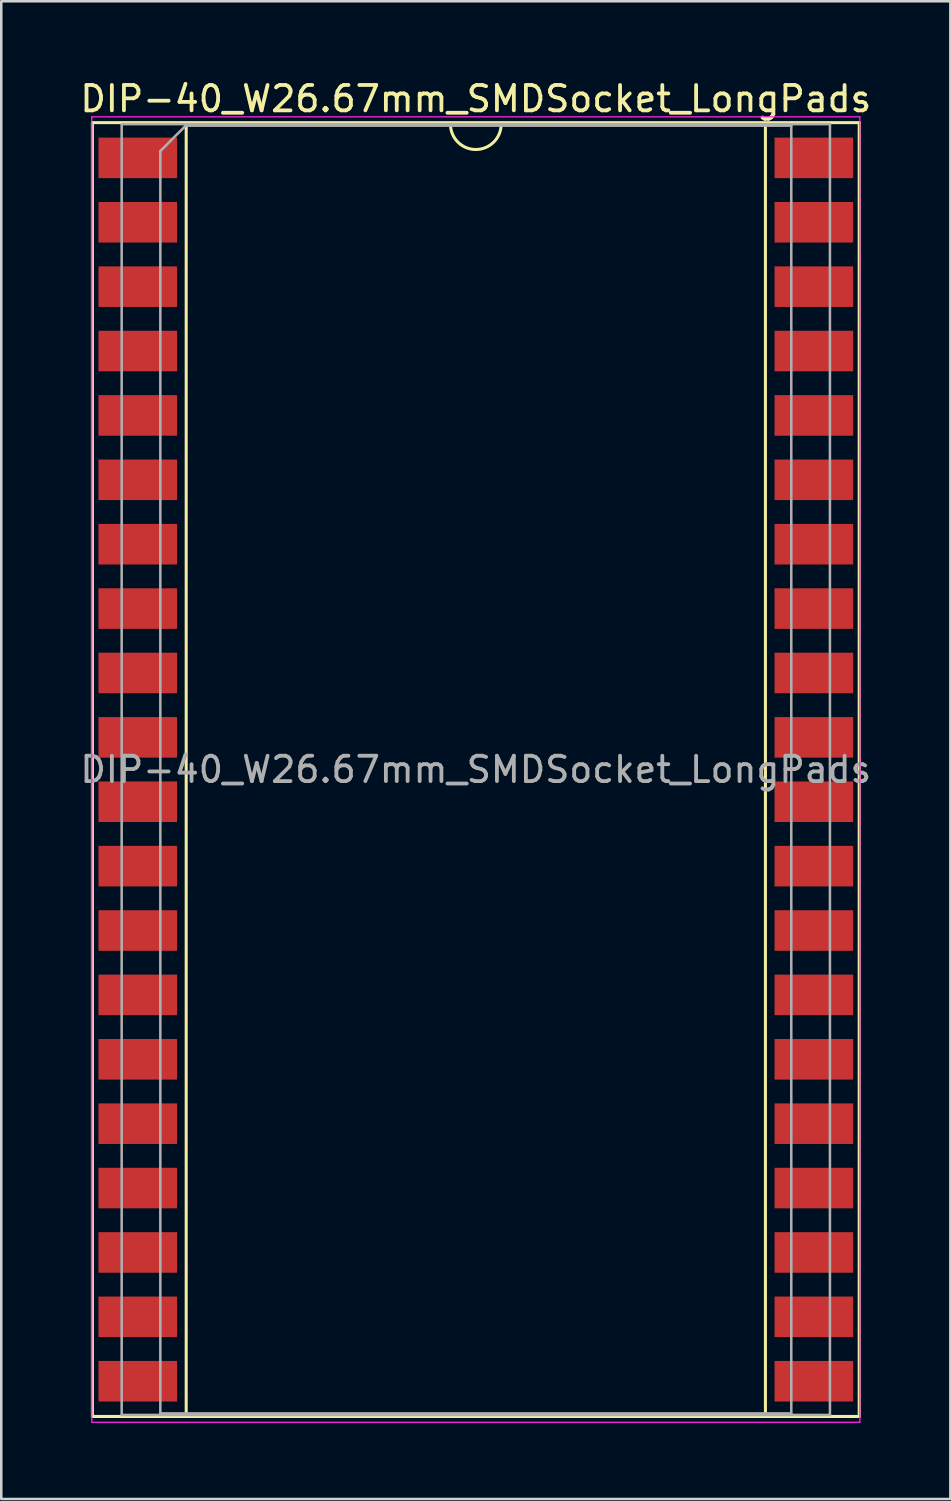
<source format=kicad_pcb>
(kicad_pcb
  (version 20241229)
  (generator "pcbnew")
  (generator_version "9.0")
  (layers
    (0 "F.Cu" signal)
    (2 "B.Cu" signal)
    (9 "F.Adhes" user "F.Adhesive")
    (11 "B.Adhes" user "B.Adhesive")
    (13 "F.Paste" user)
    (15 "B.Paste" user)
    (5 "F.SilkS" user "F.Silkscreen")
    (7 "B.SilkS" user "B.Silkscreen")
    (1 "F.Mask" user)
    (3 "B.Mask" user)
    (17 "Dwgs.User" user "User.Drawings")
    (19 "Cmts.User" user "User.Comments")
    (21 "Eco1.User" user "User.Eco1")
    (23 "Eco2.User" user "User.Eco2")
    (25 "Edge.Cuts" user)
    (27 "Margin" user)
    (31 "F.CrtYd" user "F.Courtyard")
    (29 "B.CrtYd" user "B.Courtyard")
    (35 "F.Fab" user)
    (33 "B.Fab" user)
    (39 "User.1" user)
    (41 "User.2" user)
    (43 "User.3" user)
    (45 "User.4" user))
  (footprint "DIP-40_W26.67mm_SMDSocket_LongPads"
    (layer "F.Cu")
    (at 15.72 27.308)
    (property "Reference" "DIP-40_W26.67mm_SMDSocket_LongPads" (at 0 -26.46 0) (layer "F.SilkS") (effects (font (size 1 1) (thickness 0.15))))
    (attr smd)
    (fp_line (start -15.125 -25.52) (end -15.125 25.52) (stroke (width 0.12) (type solid)) (layer "F.SilkS"))
    (fp_line (start -15.125 25.52) (end 15.125 25.52) (stroke (width 0.12) (type solid)) (layer "F.SilkS"))
    (fp_line (start -11.425 -25.46) (end -11.425 25.46) (stroke (width 0.12) (type solid)) (layer "F.SilkS"))
    (fp_line (start -11.425 25.46) (end 11.425 25.46) (stroke (width 0.12) (type solid)) (layer "F.SilkS"))
    (fp_line (start -1 -25.46) (end -11.425 -25.46) (stroke (width 0.12) (type solid)) (layer "F.SilkS"))
    (fp_line (start 11.425 -25.46) (end 1 -25.46) (stroke (width 0.12) (type solid)) (layer "F.SilkS"))
    (fp_line (start 11.425 25.46) (end 11.425 -25.46) (stroke (width 0.12) (type solid)) (layer "F.SilkS"))
    (fp_line (start 15.125 -25.52) (end -15.125 -25.52) (stroke (width 0.12) (type solid)) (layer "F.SilkS"))
    (fp_line (start 15.125 25.52) (end 15.125 -25.52) (stroke (width 0.12) (type solid)) (layer "F.SilkS"))
    (fp_arc (start 1 -25.46) (mid 0 -24.46) (end -1 -25.46) (stroke (width 0.12) (type solid)) (layer "F.SilkS"))
    (fp_line (start -15.15 -25.75) (end -15.15 25.75) (stroke (width 0.05) (type solid)) (layer "F.CrtYd"))
    (fp_line (start -15.15 25.75) (end 15.15 25.75) (stroke (width 0.05) (type solid)) (layer "F.CrtYd"))
    (fp_line (start 15.15 -25.75) (end -15.15 -25.75) (stroke (width 0.05) (type solid)) (layer "F.CrtYd"))
    (fp_line (start 15.15 25.75) (end 15.15 -25.75) (stroke (width 0.05) (type solid)) (layer "F.CrtYd"))
    (fp_line (start -13.97 -25.46) (end -13.97 25.46) (stroke (width 0.1) (type solid)) (layer "F.Fab"))
    (fp_line (start -13.97 25.46) (end 13.97 25.46) (stroke (width 0.1) (type solid)) (layer "F.Fab"))
    (fp_line (start -12.445 -24.4) (end -11.445 -25.4) (stroke (width 0.1) (type solid)) (layer "F.Fab"))
    (fp_line (start -12.445 25.4) (end -12.445 -24.4) (stroke (width 0.1) (type solid)) (layer "F.Fab"))
    (fp_line (start -11.445 -25.4) (end 12.445 -25.4) (stroke (width 0.1) (type solid)) (layer "F.Fab"))
    (fp_line (start 12.445 -25.4) (end 12.445 25.4) (stroke (width 0.1) (type solid)) (layer "F.Fab"))
    (fp_line (start 12.445 25.4) (end -12.445 25.4) (stroke (width 0.1) (type solid)) (layer "F.Fab"))
    (fp_line (start 13.97 -25.46) (end -13.97 -25.46) (stroke (width 0.1) (type solid)) (layer "F.Fab"))
    (fp_line (start 13.97 25.46) (end 13.97 -25.46) (stroke (width 0.1) (type solid)) (layer "F.Fab"))
    (fp_text user "${REFERENCE}" (at 0 0 0) (layer "F.Fab") (effects (font (size 1 1) (thickness 0.15))))
    (pad "1" smd rect (at -13.335 -24.13) (size 3.1 1.6) (layers "F.Cu" "F.Mask" "F.Paste"))
    (pad "2" smd rect (at -13.335 -21.59) (size 3.1 1.6) (layers "F.Cu" "F.Mask" "F.Paste"))
    (pad "3" smd rect (at -13.335 -19.05) (size 3.1 1.6) (layers "F.Cu" "F.Mask" "F.Paste"))
    (pad "4" smd rect (at -13.335 -16.51) (size 3.1 1.6) (layers "F.Cu" "F.Mask" "F.Paste"))
    (pad "5" smd rect (at -13.335 -13.97) (size 3.1 1.6) (layers "F.Cu" "F.Mask" "F.Paste"))
    (pad "6" smd rect (at -13.335 -11.43) (size 3.1 1.6) (layers "F.Cu" "F.Mask" "F.Paste"))
    (pad "7" smd rect (at -13.335 -8.89) (size 3.1 1.6) (layers "F.Cu" "F.Mask" "F.Paste"))
    (pad "8" smd rect (at -13.335 -6.35) (size 3.1 1.6) (layers "F.Cu" "F.Mask" "F.Paste"))
    (pad "9" smd rect (at -13.335 -3.81) (size 3.1 1.6) (layers "F.Cu" "F.Mask" "F.Paste"))
    (pad "10" smd rect (at -13.335 -1.27) (size 3.1 1.6) (layers "F.Cu" "F.Mask" "F.Paste"))
    (pad "11" smd rect (at -13.335 1.27) (size 3.1 1.6) (layers "F.Cu" "F.Mask" "F.Paste"))
    (pad "12" smd rect (at -13.335 3.81) (size 3.1 1.6) (layers "F.Cu" "F.Mask" "F.Paste"))
    (pad "13" smd rect (at -13.335 6.35) (size 3.1 1.6) (layers "F.Cu" "F.Mask" "F.Paste"))
    (pad "14" smd rect (at -13.335 8.89) (size 3.1 1.6) (layers "F.Cu" "F.Mask" "F.Paste"))
    (pad "15" smd rect (at -13.335 11.43) (size 3.1 1.6) (layers "F.Cu" "F.Mask" "F.Paste"))
    (pad "16" smd rect (at -13.335 13.97) (size 3.1 1.6) (layers "F.Cu" "F.Mask" "F.Paste"))
    (pad "17" smd rect (at -13.335 16.51) (size 3.1 1.6) (layers "F.Cu" "F.Mask" "F.Paste"))
    (pad "18" smd rect (at -13.335 19.05) (size 3.1 1.6) (layers "F.Cu" "F.Mask" "F.Paste"))
    (pad "19" smd rect (at -13.335 21.59) (size 3.1 1.6) (layers "F.Cu" "F.Mask" "F.Paste"))
    (pad "20" smd rect (at -13.335 24.13) (size 3.1 1.6) (layers "F.Cu" "F.Mask" "F.Paste"))
    (pad "21" smd rect (at 13.335 24.13) (size 3.1 1.6) (layers "F.Cu" "F.Mask" "F.Paste"))
    (pad "22" smd rect (at 13.335 21.59) (size 3.1 1.6) (layers "F.Cu" "F.Mask" "F.Paste"))
    (pad "23" smd rect (at 13.335 19.05) (size 3.1 1.6) (layers "F.Cu" "F.Mask" "F.Paste"))
    (pad "24" smd rect (at 13.335 16.51) (size 3.1 1.6) (layers "F.Cu" "F.Mask" "F.Paste"))
    (pad "25" smd rect (at 13.335 13.97) (size 3.1 1.6) (layers "F.Cu" "F.Mask" "F.Paste"))
    (pad "26" smd rect (at 13.335 11.43) (size 3.1 1.6) (layers "F.Cu" "F.Mask" "F.Paste"))
    (pad "27" smd rect (at 13.335 8.89) (size 3.1 1.6) (layers "F.Cu" "F.Mask" "F.Paste"))
    (pad "28" smd rect (at 13.335 6.35) (size 3.1 1.6) (layers "F.Cu" "F.Mask" "F.Paste"))
    (pad "29" smd rect (at 13.335 3.81) (size 3.1 1.6) (layers "F.Cu" "F.Mask" "F.Paste"))
    (pad "30" smd rect (at 13.335 1.27) (size 3.1 1.6) (layers "F.Cu" "F.Mask" "F.Paste"))
    (pad "31" smd rect (at 13.335 -1.27) (size 3.1 1.6) (layers "F.Cu" "F.Mask" "F.Paste"))
    (pad "32" smd rect (at 13.335 -3.81) (size 3.1 1.6) (layers "F.Cu" "F.Mask" "F.Paste"))
    (pad "33" smd rect (at 13.335 -6.35) (size 3.1 1.6) (layers "F.Cu" "F.Mask" "F.Paste"))
    (pad "34" smd rect (at 13.335 -8.89) (size 3.1 1.6) (layers "F.Cu" "F.Mask" "F.Paste"))
    (pad "35" smd rect (at 13.335 -11.43) (size 3.1 1.6) (layers "F.Cu" "F.Mask" "F.Paste"))
    (pad "36" smd rect (at 13.335 -13.97) (size 3.1 1.6) (layers "F.Cu" "F.Mask" "F.Paste"))
    (pad "37" smd rect (at 13.335 -16.51) (size 3.1 1.6) (layers "F.Cu" "F.Mask" "F.Paste"))
    (pad "38" smd rect (at 13.335 -19.05) (size 3.1 1.6) (layers "F.Cu" "F.Mask" "F.Paste"))
    (pad "39" smd rect (at 13.335 -21.59) (size 3.1 1.6) (layers "F.Cu" "F.Mask" "F.Paste"))
    (pad "40" smd rect (at 13.335 -24.13) (size 3.1 1.6) (layers "F.Cu" "F.Mask" "F.Paste")))
  (gr_rect
    (start -3 -3)
    (end 34.44 56.083)
    (stroke (width 0.1) (type default))
    (fill no)
    (layer "Edge.Cuts")))
</source>
